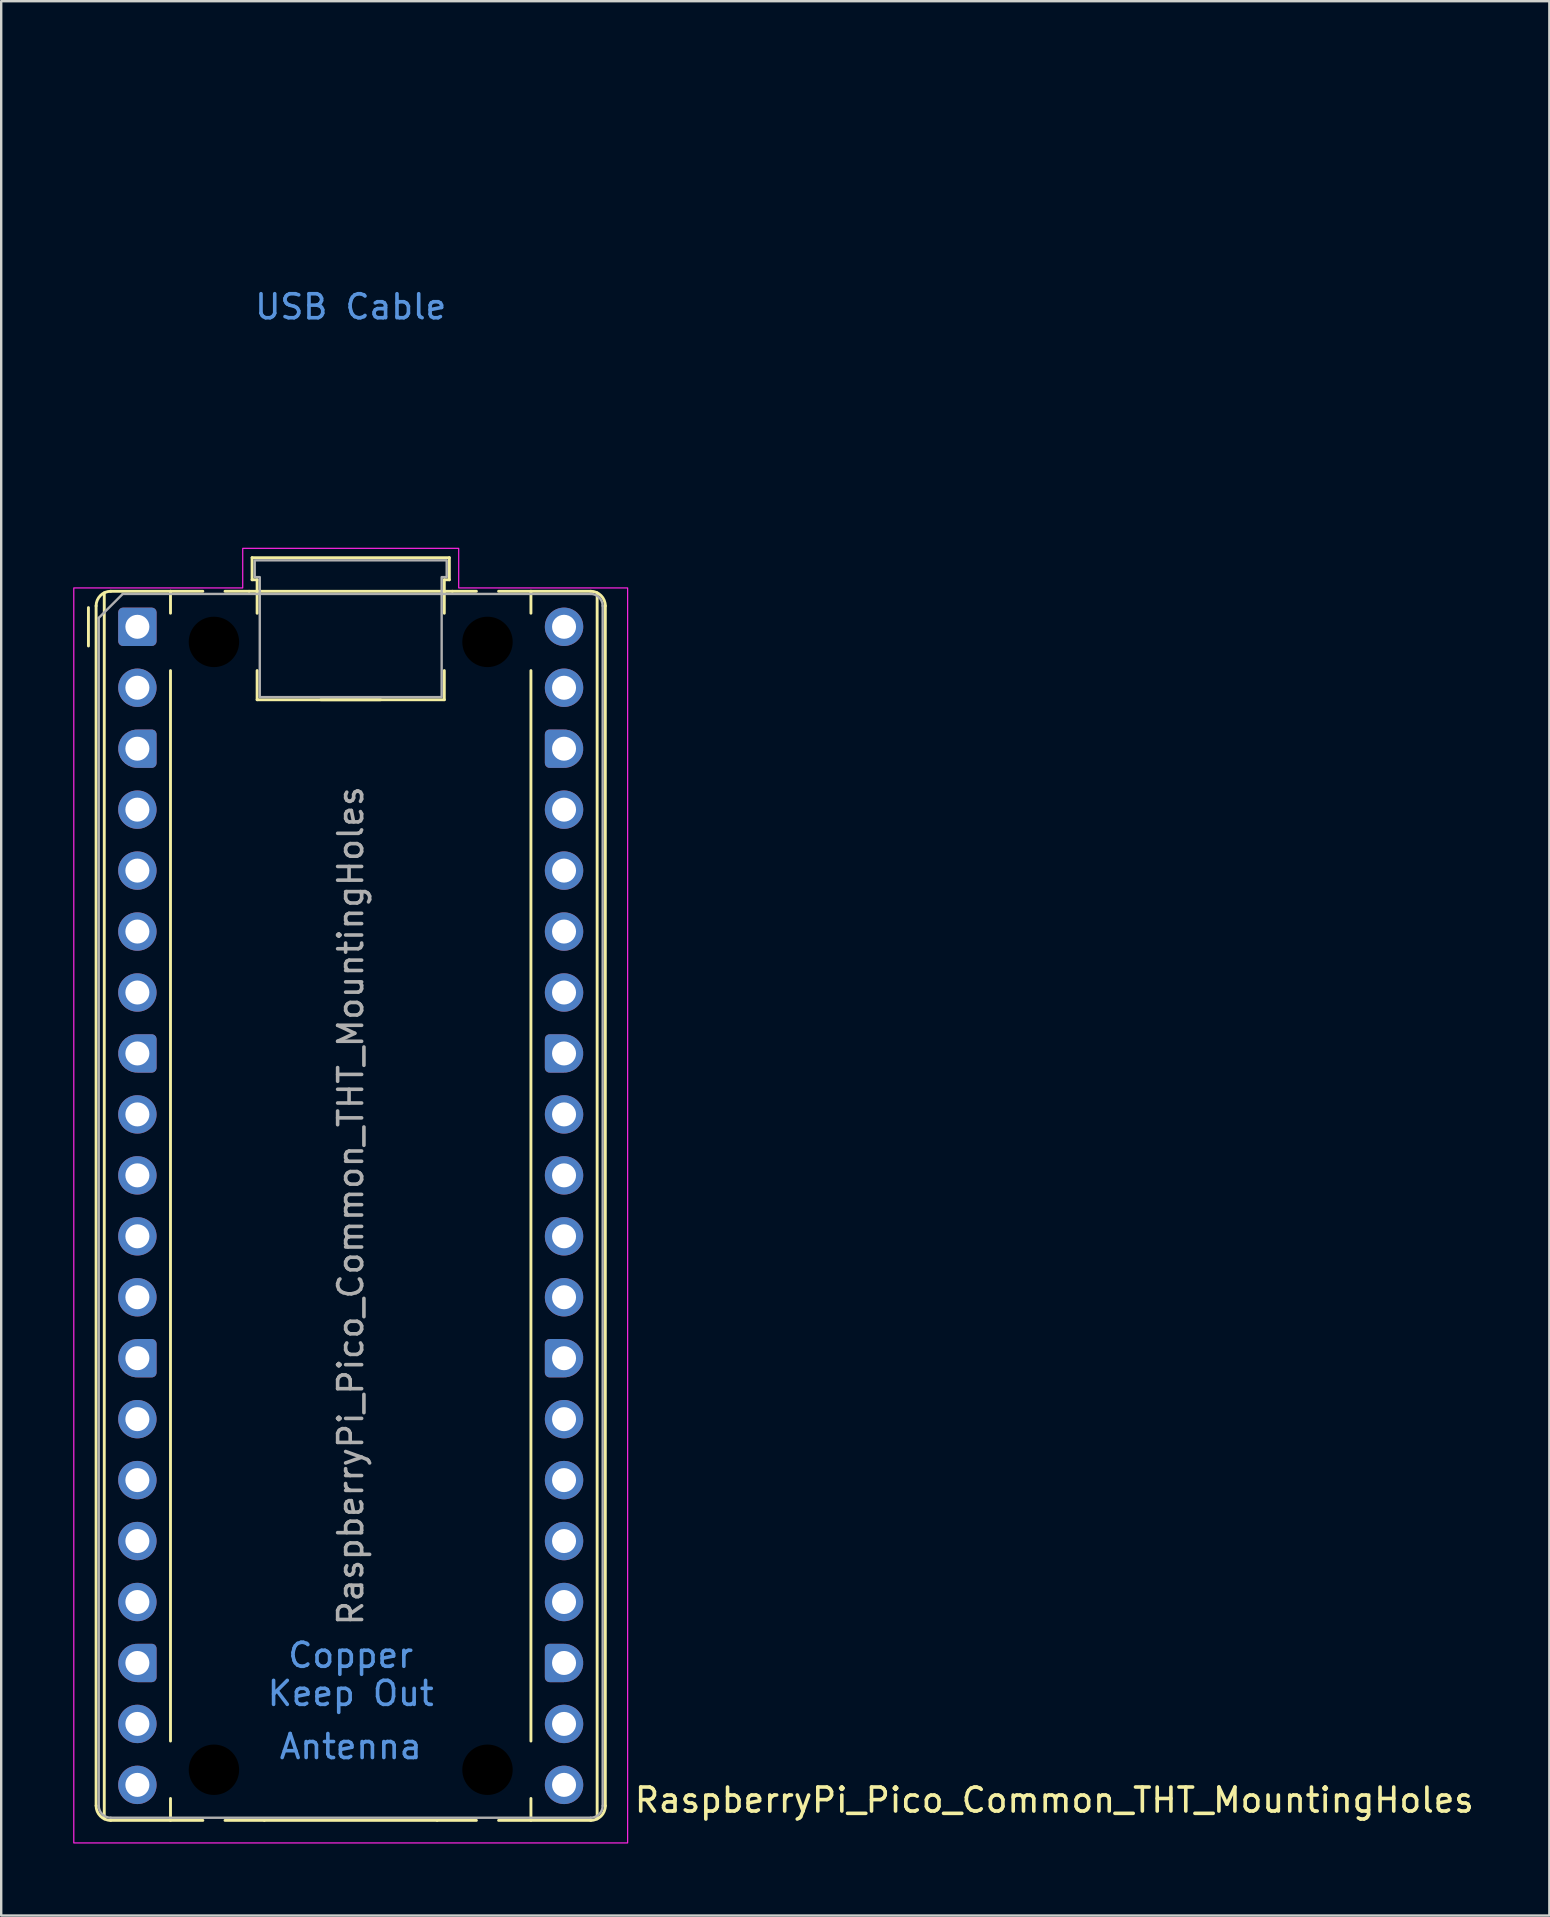
<source format=kicad_pcb>
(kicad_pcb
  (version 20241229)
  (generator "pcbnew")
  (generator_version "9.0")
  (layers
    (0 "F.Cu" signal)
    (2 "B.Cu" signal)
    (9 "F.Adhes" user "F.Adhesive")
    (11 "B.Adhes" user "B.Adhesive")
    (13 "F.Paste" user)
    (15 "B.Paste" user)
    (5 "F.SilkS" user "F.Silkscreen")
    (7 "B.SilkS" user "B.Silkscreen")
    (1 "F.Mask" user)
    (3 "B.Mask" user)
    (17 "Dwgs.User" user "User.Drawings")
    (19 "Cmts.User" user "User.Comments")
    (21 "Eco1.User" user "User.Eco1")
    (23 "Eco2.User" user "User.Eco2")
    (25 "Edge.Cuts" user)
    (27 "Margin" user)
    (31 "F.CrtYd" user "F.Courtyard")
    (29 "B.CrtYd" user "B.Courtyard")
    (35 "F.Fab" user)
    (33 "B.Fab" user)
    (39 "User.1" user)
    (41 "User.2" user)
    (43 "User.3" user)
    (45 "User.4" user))
  (footprint "RaspberryPi_Pico_Common_THT_MountingHoles"
    (layer "F.Cu")
    (at 11.565 47.2)
    (property "Reference" "RaspberryPi_Pico_Common_THT_MountingHoles" (at 11.748 24.765 0) (unlocked yes) (layer "F.SilkS") (effects (font (size 1 1) (thickness 0.15)) (justify left)))
    (attr through_hole)
    (fp_line (start -10.93 -23.33) (end -10.93 -24.93) (stroke (width 0.12) (type solid)) (layer "F.SilkS"))
    (fp_line (start -10.61 -25) (end -10.61 25) (stroke (width 0.12) (type solid)) (layer "F.SilkS"))
    (fp_line (start -10.27 -25.547) (end -10.27 25.547) (stroke (width 0.12) (type solid)) (layer "F.SilkS"))
    (fp_line (start -10 -25.61) (end -7.51 -25.61) (stroke (width 0.12) (type solid)) (layer "F.SilkS"))
    (fp_line (start -10 25.61) (end -6.162 25.61) (stroke (width 0.12) (type solid)) (layer "F.SilkS"))
    (fp_line (start -7.51 -25.61) (end -7.51 -24.696) (stroke (width 0.12) (type solid)) (layer "F.SilkS"))
    (fp_line (start -7.51 -25.61) (end -6.162 -25.61) (stroke (width 0.12) (type solid)) (layer "F.SilkS"))
    (fp_line (start -7.51 -22.304) (end -7.51 22.304) (stroke (width 0.12) (type solid)) (layer "F.SilkS"))
    (fp_line (start -7.51 24.696) (end -7.51 25.61) (stroke (width 0.12) (type solid)) (layer "F.SilkS"))
    (fp_line (start -5.238 -25.61) (end -4.235 -25.61) (stroke (width 0.12) (type solid)) (layer "F.SilkS"))
    (fp_line (start -4.235 -25.61) (end 4.235 -25.61) (stroke (width 0.12) (type solid)) (layer "F.SilkS"))
    (fp_line (start -4.11 -27.01) (end -4.11 -26.09) (stroke (width 0.12) (type solid)) (layer "F.SilkS"))
    (fp_line (start -4.11 -27.01) (end 4.11 -27.01) (stroke (width 0.12) (type solid)) (layer "F.SilkS"))
    (fp_line (start -4.11 -26.09) (end -3.9 -26.09) (stroke (width 0.12) (type solid)) (layer "F.SilkS"))
    (fp_line (start -3.9 -26.09) (end -3.9 -24.694) (stroke (width 0.12) (type solid)) (layer "F.SilkS"))
    (fp_line (start -3.9 -22.306) (end -3.9 -21.09) (stroke (width 0.12) (type solid)) (layer "F.SilkS"))
    (fp_line (start -3.6 25.61) (end -5.238 25.61) (stroke (width 0.12) (type solid)) (layer "F.SilkS"))
    (fp_line (start -1.246 -21.09) (end 1.246 -21.09) (stroke (width 0.12) (type solid)) (layer "F.SilkS"))
    (fp_line (start 3.6 25.61) (end -3.6 25.61) (stroke (width 0.12) (type solid)) (layer "F.SilkS"))
    (fp_line (start 3.9 -26.09) (end 3.9 -24.694) (stroke (width 0.12) (type solid)) (layer "F.SilkS"))
    (fp_line (start 3.9 -22.306) (end 3.9 -21.09) (stroke (width 0.12) (type solid)) (layer "F.SilkS"))
    (fp_line (start 3.9 -21.09) (end -3.9 -21.09) (stroke (width 0.12) (type solid)) (layer "F.SilkS"))
    (fp_line (start 4.11 -27.01) (end 4.11 -26.09) (stroke (width 0.12) (type solid)) (layer "F.SilkS"))
    (fp_line (start 4.11 -26.09) (end 3.9 -26.09) (stroke (width 0.12) (type solid)) (layer "F.SilkS"))
    (fp_line (start 4.235 -25.61) (end 5.238 -25.61) (stroke (width 0.12) (type solid)) (layer "F.SilkS"))
    (fp_line (start 5.238 25.61) (end 3.6 25.61) (stroke (width 0.12) (type solid)) (layer "F.SilkS"))
    (fp_line (start 6.162 -25.61) (end 7.51 -25.61) (stroke (width 0.12) (type solid)) (layer "F.SilkS"))
    (fp_line (start 6.162 25.61) (end 10 25.61) (stroke (width 0.12) (type solid)) (layer "F.SilkS"))
    (fp_line (start 7.51 -25.61) (end 7.51 -24.696) (stroke (width 0.12) (type solid)) (layer "F.SilkS"))
    (fp_line (start 7.51 -22.304) (end 7.51 22.304) (stroke (width 0.12) (type solid)) (layer "F.SilkS"))
    (fp_line (start 7.51 24.696) (end 7.51 25.61) (stroke (width 0.12) (type solid)) (layer "F.SilkS"))
    (fp_line (start 10 -25.61) (end 7.51 -25.61) (stroke (width 0.12) (type solid)) (layer "F.SilkS"))
    (fp_line (start 10.27 25.547) (end 10.27 -25.547) (stroke (width 0.12) (type solid)) (layer "F.SilkS"))
    (fp_line (start 10.61 -25) (end 10.61 25) (stroke (width 0.12) (type solid)) (layer "F.SilkS"))
    (fp_arc (start -10.61 -25) (mid -10.431335 -25.431335) (end -10 -25.61) (stroke (width 0.12) (type solid)) (layer "F.SilkS"))
    (fp_arc (start -10 25.61) (mid -10.431335 25.431335) (end -10.61 25) (stroke (width 0.12) (type solid)) (layer "F.SilkS"))
    (fp_arc (start 10 -25.61) (mid 10.431335 -25.431335) (end 10.61 -25) (stroke (width 0.12) (type solid)) (layer "F.SilkS"))
    (fp_arc (start 10.61 25) (mid 10.431335 25.431335) (end 10 25.61) (stroke (width 0.12) (type solid)) (layer "F.SilkS"))
    (fp_poly (pts (xy -4.5 -27.4) (xy 4.5 -27.4) (xy 4.5 -25.75) (xy 11.54 -25.75) (xy 11.54 26.55) (xy -11.54 26.55) (xy -11.54 -25.75) (xy -4.5 -25.75)) (stroke (width 0.05) (type solid)) (fill no) (layer "F.CrtYd"))
    (fp_line (start -10.5 -24.5) (end -9.5 -25.5) (stroke (width 0.1) (type solid)) (layer "F.Fab"))
    (fp_line (start -10.5 25) (end -10.5 -24.5) (stroke (width 0.1) (type solid)) (layer "F.Fab"))
    (fp_line (start -9.5 -25.5) (end 10 -25.5) (stroke (width 0.1) (type solid)) (layer "F.Fab"))
    (fp_line (start 10 25.5) (end -10 25.5) (stroke (width 0.1) (type solid)) (layer "F.Fab"))
    (fp_line (start 10.5 -25) (end 10.5 25) (stroke (width 0.1) (type solid)) (layer "F.Fab"))
    (fp_arc (start -10 25.5) (mid -10.353553 25.353553) (end -10.5 25) (stroke (width 0.1) (type solid)) (layer "F.Fab"))
    (fp_arc (start 10 -25.5) (mid 10.353553 -25.353553) (end 10.5 -25) (stroke (width 0.1) (type solid)) (layer "F.Fab"))
    (fp_arc (start 10.5 25) (mid 10.353553 25.353553) (end 10 25.5) (stroke (width 0.1) (type solid)) (layer "F.Fab"))
    (fp_poly (pts (xy 3.79 -21.2) (xy 3.79 -26.2) (xy 4 -26.2) (xy 4 -26.9) (xy -4 -26.9) (xy -4 -26.2) (xy -3.79 -26.2) (xy -3.79 -21.2)) (stroke (width 0.1) (type solid)) (fill no) (layer "F.Fab"))
    (fp_text user "USB Cable" (at 0 -37.465 0) (unlocked yes) (layer "Cmts.User") (effects (font (size 1 1) (thickness 0.15))))
    (fp_text user "Antenna" (at 0 22.535 0) (unlocked yes) (layer "Cmts.User") (effects (font (size 1 1) (thickness 0.15))))
    (fp_text user "Copper" (at 0 18.733 0) (unlocked yes) (layer "Cmts.User") (effects (font (size 1 1) (thickness 0.15))))
    (fp_text user "Keep Out" (at 0 20.32 0) (unlocked yes) (layer "Cmts.User") (effects (font (size 1 1) (thickness 0.15))))
    (fp_text user "${REFERENCE}" (at 0 0 90) (layer "F.Fab") (effects (font (size 1 1) (thickness 0.15))))
    (pad "" np_thru_hole circle (at -5.7 -23.5) (size 3.8 3.8) (drill 2.1) (layers "*.Mask"))
    (pad "" np_thru_hole circle (at -5.7 23.5) (size 3.8 3.8) (drill 2.1) (layers "*.Mask"))
    (pad "" np_thru_hole circle (at 5.7 -23.5) (size 3.8 3.8) (drill 2.1) (layers "*.Mask"))
    (pad "" np_thru_hole circle (at 5.7 23.5) (size 3.8 3.8) (drill 2.1) (layers "*.Mask"))
    (pad "1" thru_hole roundrect (at -8.89 -24.13) (size 1.6 1.6) (drill 1) (layers "*.Cu" "*.Mask") (roundrect_rratio 0.125))
    (pad "2" thru_hole circle (at -8.89 -21.59) (size 1.6 1.6) (drill 1) (layers "*.Cu" "*.Mask"))
    (pad "3" thru_hole custom (at -8.89 -19.05) (size 1.6 1.6) (drill 1) (layers "*.Cu" "*.Mask") (options (anchor circle)) (primitives (gr_poly (pts (xy 0.8 0.6) (xy 0.8 -0.6) (xy 0.6 -0.8) (xy 0 -0.8) (xy 0 0.8) (xy 0.6 0.8)) (width 0) (fill yes)) (gr_circle (center 0.6 0.6) (end 0.8 0.6) (width 0) (fill yes)) (gr_circle (center 0.6 -0.6) (end 0.8 -0.6) (width 0) (fill yes))))
    (pad "4" thru_hole circle (at -8.89 -16.51) (size 1.6 1.6) (drill 1) (layers "*.Cu" "*.Mask"))
    (pad "5" thru_hole circle (at -8.89 -13.97) (size 1.6 1.6) (drill 1) (layers "*.Cu" "*.Mask"))
    (pad "6" thru_hole circle (at -8.89 -11.43) (size 1.6 1.6) (drill 1) (layers "*.Cu" "*.Mask"))
    (pad "7" thru_hole circle (at -8.89 -8.89) (size 1.6 1.6) (drill 1) (layers "*.Cu" "*.Mask"))
    (pad "8" thru_hole custom (at -8.89 -6.35) (size 1.6 1.6) (drill 1) (layers "*.Cu" "*.Mask") (options (anchor circle)) (primitives (gr_poly (pts (xy 0.8 0.6) (xy 0.8 -0.6) (xy 0.6 -0.8) (xy 0 -0.8) (xy 0 0.8) (xy 0.6 0.8)) (width 0) (fill yes)) (gr_circle (center 0.6 0.6) (end 0.8 0.6) (width 0) (fill yes)) (gr_circle (center 0.6 -0.6) (end 0.8 -0.6) (width 0) (fill yes))))
    (pad "9" thru_hole circle (at -8.89 -3.81) (size 1.6 1.6) (drill 1) (layers "*.Cu" "*.Mask"))
    (pad "10" thru_hole circle (at -8.89 -1.27) (size 1.6 1.6) (drill 1) (layers "*.Cu" "*.Mask"))
    (pad "11" thru_hole circle (at -8.89 1.27) (size 1.6 1.6) (drill 1) (layers "*.Cu" "*.Mask"))
    (pad "12" thru_hole circle (at -8.89 3.81) (size 1.6 1.6) (drill 1) (layers "*.Cu" "*.Mask"))
    (pad "13" thru_hole custom (at -8.89 6.35) (size 1.6 1.6) (drill 1) (layers "*.Cu" "*.Mask") (options (anchor circle)) (primitives (gr_poly (pts (xy 0.8 0.6) (xy 0.8 -0.6) (xy 0.6 -0.8) (xy 0 -0.8) (xy 0 0.8) (xy 0.6 0.8)) (width 0) (fill yes)) (gr_circle (center 0.6 0.6) (end 0.8 0.6) (width 0) (fill yes)) (gr_circle (center 0.6 -0.6) (end 0.8 -0.6) (width 0) (fill yes))))
    (pad "14" thru_hole circle (at -8.89 8.89) (size 1.6 1.6) (drill 1) (layers "*.Cu" "*.Mask"))
    (pad "15" thru_hole circle (at -8.89 11.43) (size 1.6 1.6) (drill 1) (layers "*.Cu" "*.Mask"))
    (pad "16" thru_hole circle (at -8.89 13.97) (size 1.6 1.6) (drill 1) (layers "*.Cu" "*.Mask"))
    (pad "17" thru_hole circle (at -8.89 16.51) (size 1.6 1.6) (drill 1) (layers "*.Cu" "*.Mask"))
    (pad "18" thru_hole custom (at -8.89 19.05) (size 1.6 1.6) (drill 1) (layers "*.Cu" "*.Mask") (options (anchor circle)) (primitives (gr_poly (pts (xy 0.8 0.6) (xy 0.8 -0.6) (xy 0.6 -0.8) (xy 0 -0.8) (xy 0 0.8) (xy 0.6 0.8)) (width 0) (fill yes)) (gr_circle (center 0.6 0.6) (end 0.8 0.6) (width 0) (fill yes)) (gr_circle (center 0.6 -0.6) (end 0.8 -0.6) (width 0) (fill yes))))
    (pad "19" thru_hole circle (at -8.89 21.59) (size 1.6 1.6) (drill 1) (layers "*.Cu" "*.Mask"))
    (pad "20" thru_hole circle (at -8.89 24.13) (size 1.6 1.6) (drill 1) (layers "*.Cu" "*.Mask"))
    (pad "21" thru_hole circle (at 8.89 24.13) (size 1.6 1.6) (drill 1) (layers "*.Cu" "*.Mask"))
    (pad "22" thru_hole circle (at 8.89 21.59) (size 1.6 1.6) (drill 1) (layers "*.Cu" "*.Mask"))
    (pad "23" thru_hole custom (at 8.89 19.05) (size 1.6 1.6) (drill 1) (layers "*.Cu" "*.Mask") (options (anchor circle)) (primitives (gr_poly (pts (xy -0.8 0.6) (xy -0.8 -0.6) (xy -0.6 -0.8) (xy 0 -0.8) (xy 0 0.8) (xy -0.6 0.8)) (width 0) (fill yes)) (gr_circle (center -0.6 0.6) (end -0.4 0.6) (width 0) (fill yes)) (gr_circle (center -0.6 -0.6) (end -0.4 -0.6) (width 0) (fill yes))))
    (pad "24" thru_hole circle (at 8.89 16.51) (size 1.6 1.6) (drill 1) (layers "*.Cu" "*.Mask"))
    (pad "25" thru_hole circle (at 8.89 13.97) (size 1.6 1.6) (drill 1) (layers "*.Cu" "*.Mask"))
    (pad "26" thru_hole circle (at 8.89 11.43) (size 1.6 1.6) (drill 1) (layers "*.Cu" "*.Mask"))
    (pad "27" thru_hole circle (at 8.89 8.89) (size 1.6 1.6) (drill 1) (layers "*.Cu" "*.Mask"))
    (pad "28" thru_hole custom (at 8.89 6.35) (size 1.6 1.6) (drill 1) (layers "*.Cu" "*.Mask") (options (anchor circle)) (primitives (gr_poly (pts (xy -0.8 0.6) (xy -0.8 -0.6) (xy -0.6 -0.8) (xy 0 -0.8) (xy 0 0.8) (xy -0.6 0.8)) (width 0) (fill yes)) (gr_circle (center -0.6 0.6) (end -0.4 0.6) (width 0) (fill yes)) (gr_circle (center -0.6 -0.6) (end -0.4 -0.6) (width 0) (fill yes))))
    (pad "29" thru_hole circle (at 8.89 3.81) (size 1.6 1.6) (drill 1) (layers "*.Cu" "*.Mask"))
    (pad "30" thru_hole circle (at 8.89 1.27) (size 1.6 1.6) (drill 1) (layers "*.Cu" "*.Mask"))
    (pad "31" thru_hole circle (at 8.89 -1.27) (size 1.6 1.6) (drill 1) (layers "*.Cu" "*.Mask"))
    (pad "32" thru_hole circle (at 8.89 -3.81) (size 1.6 1.6) (drill 1) (layers "*.Cu" "*.Mask"))
    (pad "33" thru_hole custom (at 8.89 -6.35) (size 1.6 1.6) (drill 1) (layers "*.Cu" "*.Mask") (options (anchor circle)) (primitives (gr_poly (pts (xy -0.8 0.6) (xy -0.8 -0.6) (xy -0.6 -0.8) (xy 0 -0.8) (xy 0 0.8) (xy -0.6 0.8)) (width 0) (fill yes)) (gr_circle (center -0.6 0.6) (end -0.4 0.6) (width 0) (fill yes)) (gr_circle (center -0.6 -0.6) (end -0.4 -0.6) (width 0) (fill yes))))
    (pad "34" thru_hole circle (at 8.89 -8.89) (size 1.6 1.6) (drill 1) (layers "*.Cu" "*.Mask"))
    (pad "35" thru_hole circle (at 8.89 -11.43) (size 1.6 1.6) (drill 1) (layers "*.Cu" "*.Mask"))
    (pad "36" thru_hole circle (at 8.89 -13.97) (size 1.6 1.6) (drill 1) (layers "*.Cu" "*.Mask"))
    (pad "37" thru_hole circle (at 8.89 -16.51) (size 1.6 1.6) (drill 1) (layers "*.Cu" "*.Mask"))
    (pad "38" thru_hole custom (at 8.89 -19.05) (size 1.6 1.6) (drill 1) (layers "*.Cu" "*.Mask") (options (anchor circle)) (primitives (gr_poly (pts (xy -0.8 0.6) (xy -0.8 -0.6) (xy -0.6 -0.8) (xy 0 -0.8) (xy 0 0.8) (xy -0.6 0.8)) (width 0) (fill yes)) (gr_circle (center -0.6 0.6) (end -0.4 0.6) (width 0) (fill yes)) (gr_circle (center -0.6 -0.6) (end -0.4 -0.6) (width 0) (fill yes))))
    (pad "39" thru_hole circle (at 8.89 -21.59) (size 1.6 1.6) (drill 1) (layers "*.Cu" "*.Mask"))
    (pad "40" thru_hole circle (at 8.89 -24.13) (size 1.6 1.6) (drill 1) (layers "*.Cu" "*.Mask"))
    (zone (net_name "") (layers "F.Cu" "B.Cu" "F.Paste" "B.Paste") (name "Antenna Copper Keep Out") (hatch full 0.5) (connect_pads) (min_thickness 0.254) (filled_areas_thickness no) (keepout (tracks not_allowed) (vias not_allowed) (pads not_allowed) (copperpour not_allowed) (footprints allowed)) (placement (enabled no)) (fill) (polygon (pts (xy 9.165 72.19) (xy 4.465 68.54) (xy 4.465 64.2) (xy 18.665 64.2) (xy 18.665 68.54) (xy 13.965 72.19) (xy 13.965 73.2) (xy 9.165 73.2))))
    (zone (net_name "") (layer "F.CrtYd") (name "USB Cable") (hatch edge 0.5) (connect_pads) (min_thickness 0.254) (filled_areas_thickness no) (keepout (tracks allowed) (vias allowed) (pads allowed) (copperpour allowed) (footprints allowed)) (placement (enabled no)) (fill) (polygon (pts (xy 5.815 19.5) (xy 7.625 19.5) (xy 7.625 19.8) (xy 15.505 19.8) (xy 15.505 19.5) (xy 17.315 19.5) (xy 17.315 0) (xy 5.815 0)))))
  (gr_rect
    (start -3 -3)
    (end 61.515 76.775)
    (stroke (width 0.1) (type default))
    (fill no)
    (layer "Edge.Cuts")))
</source>
